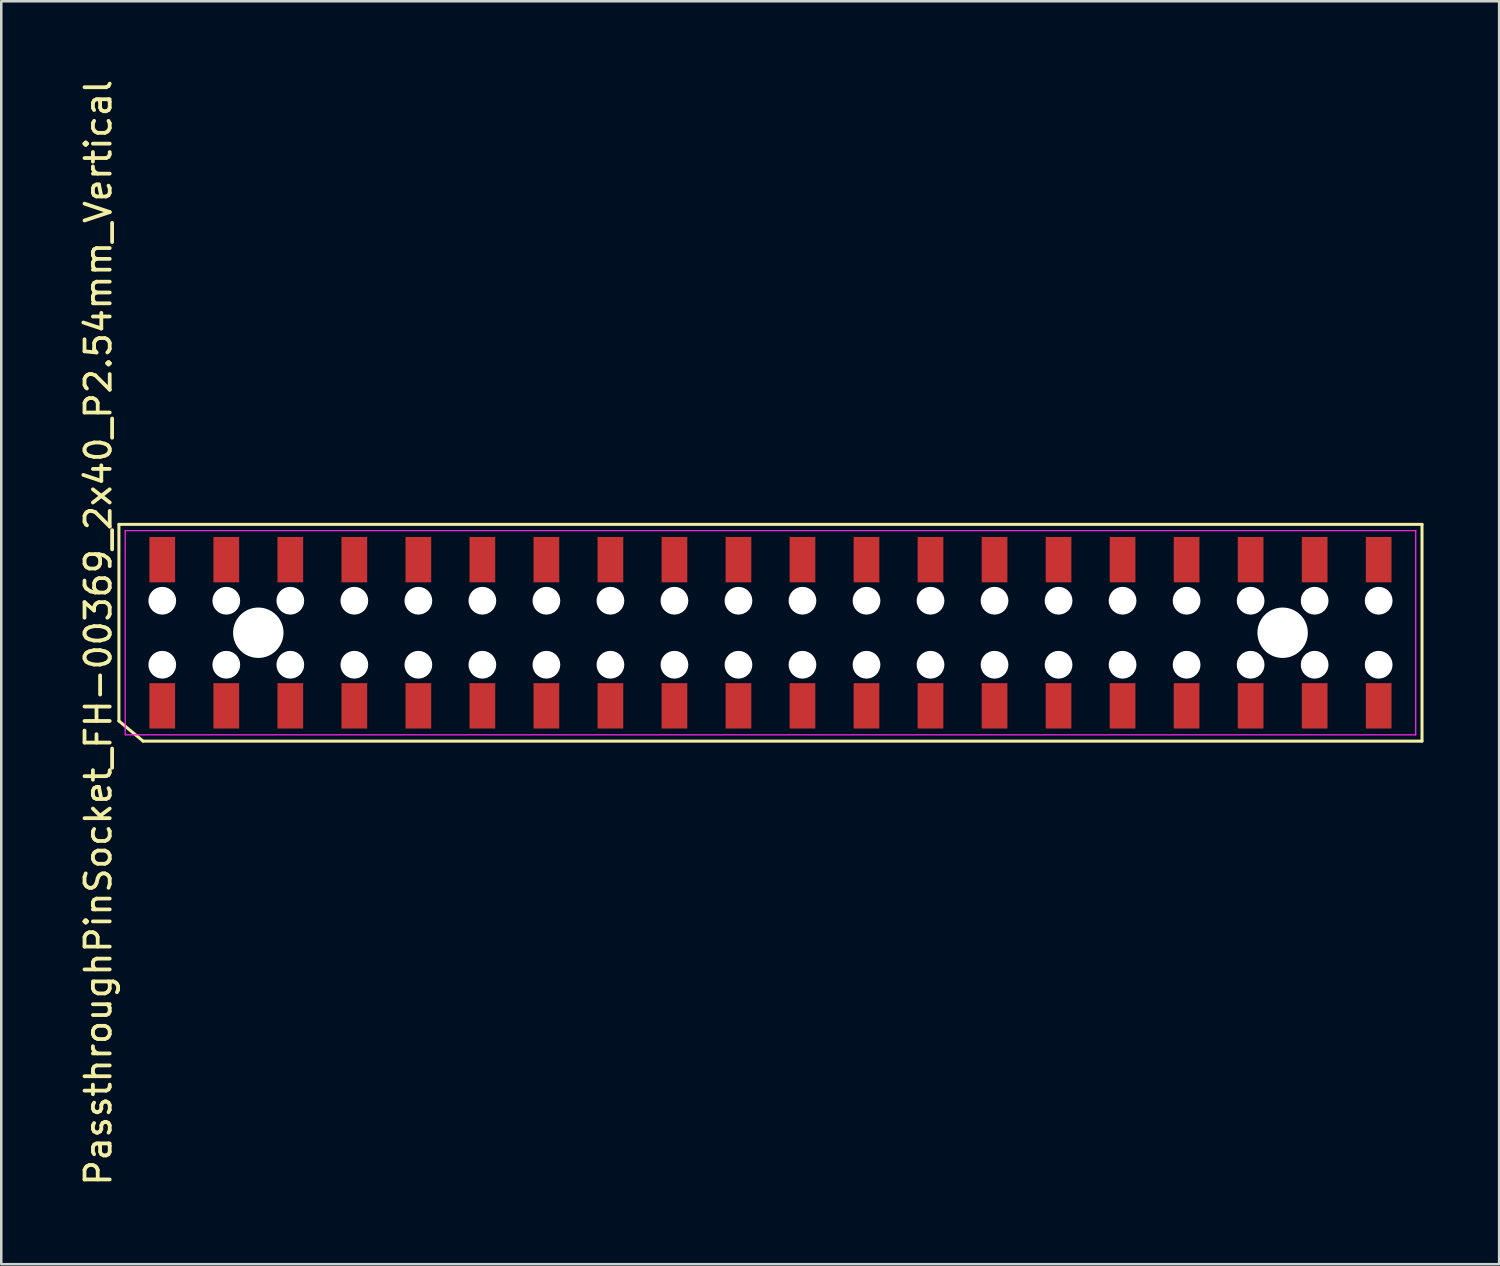
<source format=kicad_pcb>
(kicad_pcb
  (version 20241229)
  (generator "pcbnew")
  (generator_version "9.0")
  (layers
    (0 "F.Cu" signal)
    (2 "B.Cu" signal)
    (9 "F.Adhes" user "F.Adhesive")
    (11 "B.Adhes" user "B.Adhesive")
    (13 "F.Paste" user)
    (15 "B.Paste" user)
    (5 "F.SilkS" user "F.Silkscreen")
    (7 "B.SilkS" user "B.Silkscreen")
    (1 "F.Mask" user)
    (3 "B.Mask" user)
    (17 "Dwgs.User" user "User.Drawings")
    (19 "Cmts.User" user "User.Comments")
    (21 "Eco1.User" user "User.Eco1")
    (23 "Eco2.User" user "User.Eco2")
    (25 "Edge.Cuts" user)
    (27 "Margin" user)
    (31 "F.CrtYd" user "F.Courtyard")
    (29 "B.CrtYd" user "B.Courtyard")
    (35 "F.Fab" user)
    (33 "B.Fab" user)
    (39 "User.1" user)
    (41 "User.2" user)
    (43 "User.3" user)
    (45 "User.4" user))
  (footprint "PassthroughPinSocket_FH-00369_2x40_P2.54mm_Vertical"
    (layer "F.Cu")
    (at 27.518 22.054)
    (property "Reference" "PassthroughPinSocket_FH-00369_2x40_P2.54mm_Vertical" (at -26.67 0 90) (layer "F.SilkS") (effects (font (size 1 1) (thickness 0.15))))
    (attr through_hole)
    (fp_line (start -25.85 -4.3) (end 25.85 -4.3) (stroke (width 0.12) (type solid)) (layer "F.SilkS"))
    (fp_line (start -25.85 3.5) (end -25.85 -4.3) (stroke (width 0.12) (type solid)) (layer "F.SilkS"))
    (fp_line (start -24.892 4.3) (end -25.85 3.5) (stroke (width 0.12) (type solid)) (layer "F.SilkS"))
    (fp_line (start 25.85 -4.3) (end 25.85 4.3) (stroke (width 0.12) (type solid)) (layer "F.SilkS"))
    (fp_line (start 25.85 4.3) (end -24.892 4.3) (stroke (width 0.12) (type solid)) (layer "F.SilkS"))
    (fp_line (start -25.6 -4.05) (end 25.6 -4.05) (stroke (width 0.05) (type solid)) (layer "F.CrtYd"))
    (fp_line (start -25.6 4.05) (end -25.6 -4.05) (stroke (width 0.05) (type solid)) (layer "F.CrtYd"))
    (fp_line (start 25.6 -4.05) (end 25.6 4.05) (stroke (width 0.05) (type solid)) (layer "F.CrtYd"))
    (fp_line (start 25.6 4.05) (end -25.6 4.05) (stroke (width 0.05) (type solid)) (layer "F.CrtYd"))
    (pad "" np_thru_hole circle (at -24.13 -1.27) (size 1.1 1.1) (drill 1.1) (layers "*.Cu" "*.Mask"))
    (pad "" np_thru_hole circle (at -24.13 1.27) (size 1.1 1.1) (drill 1.1) (layers "*.Cu" "*.Mask"))
    (pad "" np_thru_hole circle (at -21.59 -1.27) (size 1.1 1.1) (drill 1.1) (layers "*.Cu" "*.Mask"))
    (pad "" np_thru_hole circle (at -21.59 1.27) (size 1.1 1.1) (drill 1.1) (layers "*.Cu" "*.Mask"))
    (pad "" np_thru_hole circle (at -20.32 0) (size 2 2) (drill 2) (layers "*.Cu" "*.Mask"))
    (pad "" np_thru_hole circle (at -19.05 -1.27) (size 1.1 1.1) (drill 1.1) (layers "*.Cu" "*.Mask"))
    (pad "" np_thru_hole circle (at -19.05 1.27) (size 1.1 1.1) (drill 1.1) (layers "*.Cu" "*.Mask"))
    (pad "" np_thru_hole circle (at -16.51 -1.27) (size 1.1 1.1) (drill 1.1) (layers "*.Cu" "*.Mask"))
    (pad "" np_thru_hole circle (at -16.51 1.27) (size 1.1 1.1) (drill 1.1) (layers "*.Cu" "*.Mask"))
    (pad "" np_thru_hole circle (at -13.97 -1.27) (size 1.1 1.1) (drill 1.1) (layers "*.Cu" "*.Mask"))
    (pad "" np_thru_hole circle (at -13.97 1.27) (size 1.1 1.1) (drill 1.1) (layers "*.Cu" "*.Mask"))
    (pad "" np_thru_hole circle (at -11.43 -1.27) (size 1.1 1.1) (drill 1.1) (layers "*.Cu" "*.Mask"))
    (pad "" np_thru_hole circle (at -11.43 1.27) (size 1.1 1.1) (drill 1.1) (layers "*.Cu" "*.Mask"))
    (pad "" np_thru_hole circle (at -8.89 -1.27) (size 1.1 1.1) (drill 1.1) (layers "*.Cu" "*.Mask"))
    (pad "" np_thru_hole circle (at -8.89 1.27) (size 1.1 1.1) (drill 1.1) (layers "*.Cu" "*.Mask"))
    (pad "" np_thru_hole circle (at -6.35 -1.27) (size 1.1 1.1) (drill 1.1) (layers "*.Cu" "*.Mask"))
    (pad "" np_thru_hole circle (at -6.35 1.27) (size 1.1 1.1) (drill 1.1) (layers "*.Cu" "*.Mask"))
    (pad "" np_thru_hole circle (at -3.81 -1.27) (size 1.1 1.1) (drill 1.1) (layers "*.Cu" "*.Mask"))
    (pad "" np_thru_hole circle (at -3.81 1.27) (size 1.1 1.1) (drill 1.1) (layers "*.Cu" "*.Mask"))
    (pad "" np_thru_hole circle (at -1.27 -1.27) (size 1.1 1.1) (drill 1.1) (layers "*.Cu" "*.Mask"))
    (pad "" np_thru_hole circle (at -1.27 1.27) (size 1.1 1.1) (drill 1.1) (layers "*.Cu" "*.Mask"))
    (pad "" np_thru_hole circle (at 1.27 -1.27) (size 1.1 1.1) (drill 1.1) (layers "*.Cu" "*.Mask"))
    (pad "" np_thru_hole circle (at 1.27 1.27) (size 1.1 1.1) (drill 1.1) (layers "*.Cu" "*.Mask"))
    (pad "" np_thru_hole circle (at 3.81 -1.27) (size 1.1 1.1) (drill 1.1) (layers "*.Cu" "*.Mask"))
    (pad "" np_thru_hole circle (at 3.81 1.27) (size 1.1 1.1) (drill 1.1) (layers "*.Cu" "*.Mask"))
    (pad "" np_thru_hole circle (at 6.35 -1.27) (size 1.1 1.1) (drill 1.1) (layers "*.Cu" "*.Mask"))
    (pad "" np_thru_hole circle (at 6.35 1.27) (size 1.1 1.1) (drill 1.1) (layers "*.Cu" "*.Mask"))
    (pad "" np_thru_hole circle (at 8.89 -1.27) (size 1.1 1.1) (drill 1.1) (layers "*.Cu" "*.Mask"))
    (pad "" np_thru_hole circle (at 8.89 1.27) (size 1.1 1.1) (drill 1.1) (layers "*.Cu" "*.Mask"))
    (pad "" np_thru_hole circle (at 11.43 -1.27) (size 1.1 1.1) (drill 1.1) (layers "*.Cu" "*.Mask"))
    (pad "" np_thru_hole circle (at 11.43 1.27) (size 1.1 1.1) (drill 1.1) (layers "*.Cu" "*.Mask"))
    (pad "" np_thru_hole circle (at 13.97 -1.27) (size 1.1 1.1) (drill 1.1) (layers "*.Cu" "*.Mask"))
    (pad "" np_thru_hole circle (at 13.97 1.27) (size 1.1 1.1) (drill 1.1) (layers "*.Cu" "*.Mask"))
    (pad "" np_thru_hole circle (at 16.51 -1.27) (size 1.1 1.1) (drill 1.1) (layers "*.Cu" "*.Mask"))
    (pad "" np_thru_hole circle (at 16.51 1.27) (size 1.1 1.1) (drill 1.1) (layers "*.Cu" "*.Mask"))
    (pad "" np_thru_hole circle (at 19.05 -1.27) (size 1.1 1.1) (drill 1.1) (layers "*.Cu" "*.Mask"))
    (pad "" np_thru_hole circle (at 19.05 1.27) (size 1.1 1.1) (drill 1.1) (layers "*.Cu" "*.Mask"))
    (pad "" np_thru_hole circle (at 20.32 0) (size 2 2) (drill 2) (layers "*.Cu" "*.Mask"))
    (pad "" np_thru_hole circle (at 21.59 -1.27) (size 1.1 1.1) (drill 1.1) (layers "*.Cu" "*.Mask"))
    (pad "" np_thru_hole circle (at 21.59 1.27) (size 1.1 1.1) (drill 1.1) (layers "*.Cu" "*.Mask"))
    (pad "" np_thru_hole circle (at 24.13 -1.27) (size 1.1 1.1) (drill 1.1) (layers "*.Cu" "*.Mask"))
    (pad "" np_thru_hole circle (at 24.13 1.27) (size 1.1 1.1) (drill 1.1) (layers "*.Cu" "*.Mask"))
    (pad "1" smd rect (at -24.13 2.9) (size 1.02 1.8) (layers "F.Cu" "F.Mask" "F.Paste"))
    (pad "2" smd rect (at -24.13 -2.9) (size 1.02 1.8) (layers "F.Cu" "F.Mask" "F.Paste"))
    (pad "3" smd rect (at -21.59 2.9) (size 1.02 1.8) (layers "F.Cu" "F.Mask" "F.Paste"))
    (pad "4" smd rect (at -21.59 -2.9) (size 1.02 1.8) (layers "F.Cu" "F.Mask" "F.Paste"))
    (pad "5" smd rect (at -19.05 2.9) (size 1.02 1.8) (layers "F.Cu" "F.Mask" "F.Paste"))
    (pad "6" smd rect (at -19.05 -2.9) (size 1.02 1.8) (layers "F.Cu" "F.Mask" "F.Paste"))
    (pad "7" smd rect (at -16.51 2.9) (size 1.02 1.8) (layers "F.Cu" "F.Mask" "F.Paste"))
    (pad "8" smd rect (at -16.51 -2.9) (size 1.02 1.8) (layers "F.Cu" "F.Mask" "F.Paste"))
    (pad "9" smd rect (at -13.97 2.9) (size 1.02 1.8) (layers "F.Cu" "F.Mask" "F.Paste"))
    (pad "10" smd rect (at -13.97 -2.9) (size 1.02 1.8) (layers "F.Cu" "F.Mask" "F.Paste"))
    (pad "11" smd rect (at -11.43 2.9) (size 1.02 1.8) (layers "F.Cu" "F.Mask" "F.Paste"))
    (pad "12" smd rect (at -11.43 -2.9) (size 1.02 1.8) (layers "F.Cu" "F.Mask" "F.Paste"))
    (pad "13" smd rect (at -8.89 2.9) (size 1.02 1.8) (layers "F.Cu" "F.Mask" "F.Paste"))
    (pad "14" smd rect (at -8.89 -2.9) (size 1.02 1.8) (layers "F.Cu" "F.Mask" "F.Paste"))
    (pad "15" smd rect (at -6.35 2.9) (size 1.02 1.8) (layers "F.Cu" "F.Mask" "F.Paste"))
    (pad "16" smd rect (at -6.35 -2.9) (size 1.02 1.8) (layers "F.Cu" "F.Mask" "F.Paste"))
    (pad "17" smd rect (at -3.81 2.9) (size 1.02 1.8) (layers "F.Cu" "F.Mask" "F.Paste"))
    (pad "18" smd rect (at -3.81 -2.9) (size 1.02 1.8) (layers "F.Cu" "F.Mask" "F.Paste"))
    (pad "19" smd rect (at -1.27 2.9) (size 1.02 1.8) (layers "F.Cu" "F.Mask" "F.Paste"))
    (pad "20" smd rect (at -1.27 -2.9) (size 1.02 1.8) (layers "F.Cu" "F.Mask" "F.Paste"))
    (pad "21" smd rect (at 1.27 2.9) (size 1.02 1.8) (layers "F.Cu" "F.Mask" "F.Paste"))
    (pad "22" smd rect (at 1.27 -2.9) (size 1.02 1.8) (layers "F.Cu" "F.Mask" "F.Paste"))
    (pad "23" smd rect (at 3.81 2.9) (size 1.02 1.8) (layers "F.Cu" "F.Mask" "F.Paste"))
    (pad "24" smd rect (at 3.81 -2.9) (size 1.02 1.8) (layers "F.Cu" "F.Mask" "F.Paste"))
    (pad "25" smd rect (at 6.35 2.9) (size 1.02 1.8) (layers "F.Cu" "F.Mask" "F.Paste"))
    (pad "26" smd rect (at 6.35 -2.9) (size 1.02 1.8) (layers "F.Cu" "F.Mask" "F.Paste"))
    (pad "27" smd rect (at 8.89 2.9) (size 1.02 1.8) (layers "F.Cu" "F.Mask" "F.Paste"))
    (pad "28" smd rect (at 8.89 -2.9) (size 1.02 1.8) (layers "F.Cu" "F.Mask" "F.Paste"))
    (pad "29" smd rect (at 11.43 2.9) (size 1.02 1.8) (layers "F.Cu" "F.Mask" "F.Paste"))
    (pad "30" smd rect (at 11.43 -2.9) (size 1.02 1.8) (layers "F.Cu" "F.Mask" "F.Paste"))
    (pad "31" smd rect (at 13.97 2.9) (size 1.02 1.8) (layers "F.Cu" "F.Mask" "F.Paste"))
    (pad "32" smd rect (at 13.97 -2.9) (size 1.02 1.8) (layers "F.Cu" "F.Mask" "F.Paste"))
    (pad "33" smd rect (at 16.51 2.9) (size 1.02 1.8) (layers "F.Cu" "F.Mask" "F.Paste"))
    (pad "34" smd rect (at 16.51 -2.9) (size 1.02 1.8) (layers "F.Cu" "F.Mask" "F.Paste"))
    (pad "35" smd rect (at 19.05 2.9) (size 1.02 1.8) (layers "F.Cu" "F.Mask" "F.Paste"))
    (pad "36" smd rect (at 19.05 -2.9) (size 1.02 1.8) (layers "F.Cu" "F.Mask" "F.Paste"))
    (pad "37" smd rect (at 21.59 2.9) (size 1.02 1.8) (layers "F.Cu" "F.Mask" "F.Paste"))
    (pad "38" smd rect (at 21.59 -2.9) (size 1.02 1.8) (layers "F.Cu" "F.Mask" "F.Paste"))
    (pad "39" smd rect (at 24.13 2.9) (size 1.02 1.8) (layers "F.Cu" "F.Mask" "F.Paste"))
    (pad "40" smd rect (at 24.13 -2.9) (size 1.02 1.8) (layers "F.Cu" "F.Mask" "F.Paste")))
  (gr_rect
    (start -3 -3)
    (end 56.428 47.107)
    (stroke (width 0.1) (type default))
    (fill no)
    (layer "Edge.Cuts")))
</source>
